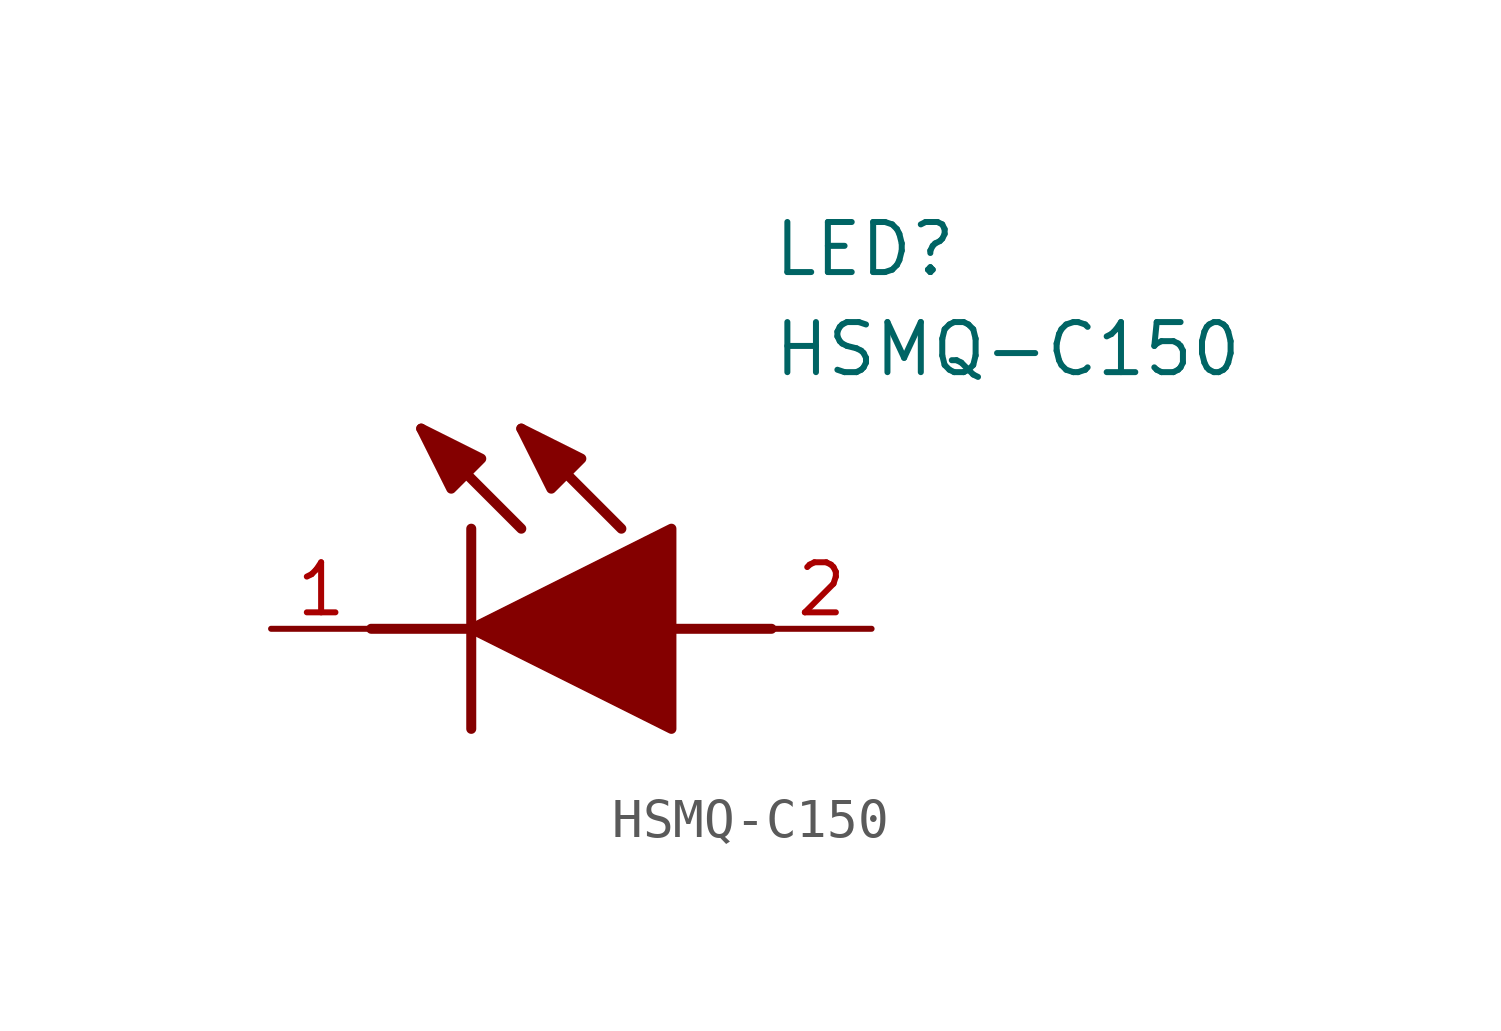
<source format=kicad_sym>
(kicad_symbol_lib
  (version 20211014)
  (generator SamacSys_ECAD_Model)
  (symbol "HSMQ-C150"
    (pin_names hide)
    (property "Reference" "LED"
      (at 12.7 8.89 0)
      (effects (font (size 1.27 1.27)) (justify left bottom)))
    (property "Value" "HSMQ-C150"
      (at 12.7 6.35 0)
      (effects (font (size 1.27 1.27)) (justify left bottom)))
    (polyline
      (pts (xy 5.08 2.54) (xy 5.08 -2.54))
      (stroke (width 0.254) (type default))
      (fill (type none)))
    (polyline
      (pts (xy 6.35 2.54) (xy 3.81 5.08))
      (stroke (width 0.254) (type default))
      (fill (type none)))
    (polyline
      (pts (xy 8.89 2.54) (xy 6.35 5.08))
      (stroke (width 0.254) (type default))
      (fill (type none)))
    (polyline
      (pts (xy 2.54 0) (xy 5.08 0))
      (stroke (width 0.254) (type default))
      (fill (type none)))
    (polyline
      (pts (xy 10.16 0) (xy 12.7 0))
      (stroke (width 0.254) (type default))
      (fill (type none)))
    (polyline
      (pts (xy 5.08 0) (xy 10.16 2.54) (xy 10.16 -2.54) (xy 5.08 0))
      (stroke (width 0.254) (type default))
      (fill (type outline)))
    (polyline
      (pts (xy 5.334 4.318) (xy 4.572 3.556) (xy 3.81 5.08) (xy 5.334 4.318))
      (stroke (width 0.254) (type default))
      (fill (type outline)))
    (polyline
      (pts (xy 7.874 4.318) (xy 7.112 3.556) (xy 6.35 5.08) (xy 7.874 4.318))
      (stroke (width 0.254) (type default))
      (fill (type outline)))
    (pin passive line
      (at 0 0 0)
      (length 2.54)
      (name "K" (effects (font (size 1.27 1.27))))
      (number "1" (effects (font (size 1.27 1.27)))))
    (pin passive line
      (at 15.24 0 180)
      (length 2.54)
      (name "A" (effects (font (size 1.27 1.27))))
      (number "2" (effects (font (size 1.27 1.27)))))))
</source>
